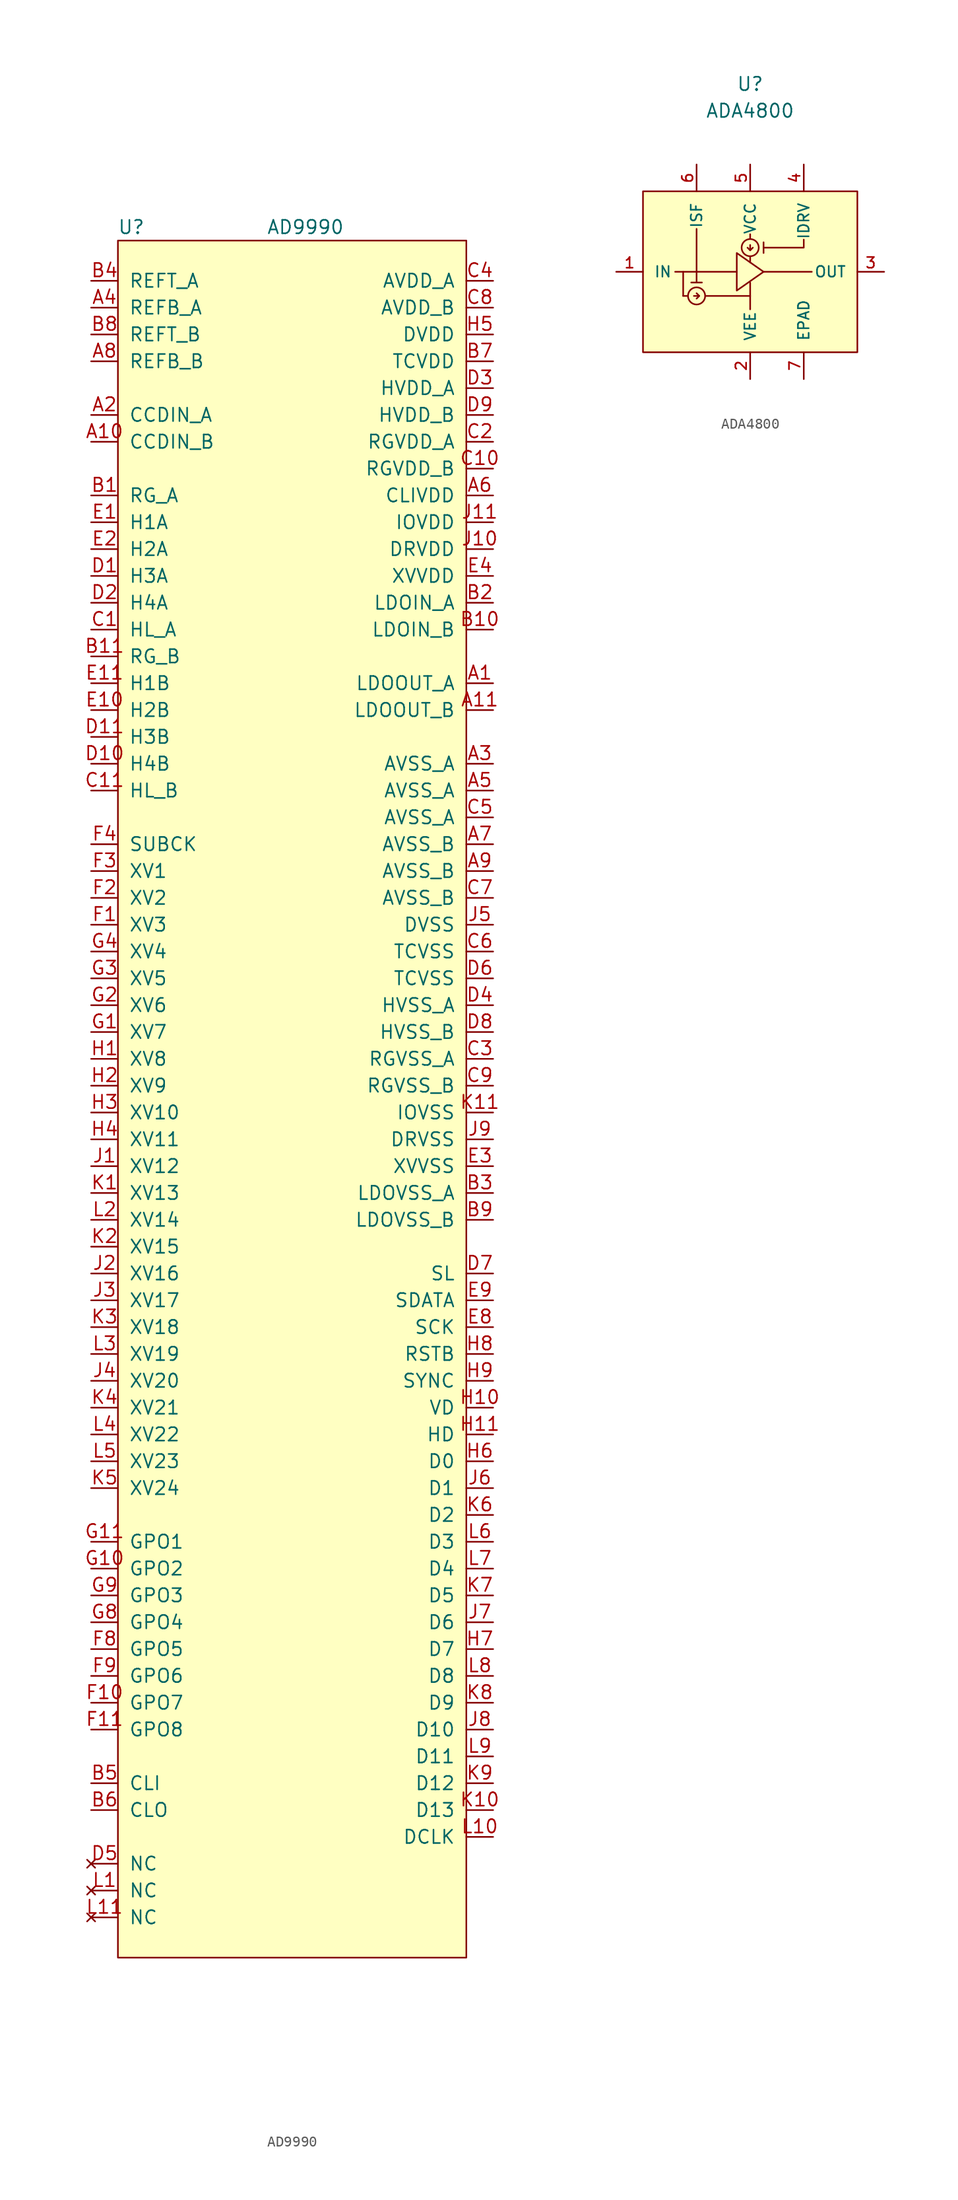
<source format=kicad_sym>
(kicad_symbol_lib
  (version 20210619)
  (generator kicad_symbol_editor)
  (symbol "Sitina:AD9990"
    (pin_names
      (offset 1.016))
    (property "Reference" "U"
      (at -13.97 40.64 0)
      (effects (font (size 1.27 1.27))))
    (property "Value" "AD9990"
      (at 2.54 40.64 0)
      (effects (font (size 1.27 1.27))))
    (symbol "AD9990_0_1"
      (rectangle (start -15.24 39.37) (end 17.78 -123.19) (stroke (width 0)) (fill (type background))))
    (symbol "AD9990_1_1"
      (pin power_out line (at 20.32 -2.54 180) (length 2.54) (name "LDOOUT_A" (effects (font (size 1.27 1.27)))) (number "A1" (effects (font (size 1.27 1.27)))))
      (pin input line (at -17.78 20.32 0) (length 2.54) (name "CCDIN_B" (effects (font (size 1.27 1.27)))) (number "A10" (effects (font (size 1.27 1.27)))))
      (pin power_out line (at 20.32 -5.08 180) (length 2.54) (name "LDOOUT_B" (effects (font (size 1.27 1.27)))) (number "A11" (effects (font (size 1.27 1.27)))))
      (pin input line (at -17.78 22.86 0) (length 2.54) (name "CCDIN_A" (effects (font (size 1.27 1.27)))) (number "A2" (effects (font (size 1.27 1.27)))))
      (pin power_in line (at 20.32 -10.16 180) (length 2.54) (name "AVSS_A" (effects (font (size 1.27 1.27)))) (number "A3" (effects (font (size 1.27 1.27)))))
      (pin output line (at -17.78 33.02 0) (length 2.54) (name "REFB_A" (effects (font (size 1.27 1.27)))) (number "A4" (effects (font (size 1.27 1.27)))))
      (pin power_in line (at 20.32 -12.7 180) (length 2.54) (name "AVSS_A" (effects (font (size 1.27 1.27)))) (number "A5" (effects (font (size 1.27 1.27)))))
      (pin power_in line (at 20.32 15.24 180) (length 2.54) (name "CLIVDD" (effects (font (size 1.27 1.27)))) (number "A6" (effects (font (size 1.27 1.27)))))
      (pin power_in line (at 20.32 -17.78 180) (length 2.54) (name "AVSS_B" (effects (font (size 1.27 1.27)))) (number "A7" (effects (font (size 1.27 1.27)))))
      (pin output line (at -17.78 27.94 0) (length 2.54) (name "REFB_B" (effects (font (size 1.27 1.27)))) (number "A8" (effects (font (size 1.27 1.27)))))
      (pin power_in line (at 20.32 -20.32 180) (length 2.54) (name "AVSS_B" (effects (font (size 1.27 1.27)))) (number "A9" (effects (font (size 1.27 1.27)))))
      (pin output line (at -17.78 15.24 0) (length 2.54) (name "RG_A" (effects (font (size 1.27 1.27)))) (number "B1" (effects (font (size 1.27 1.27)))))
      (pin power_in line (at 20.32 2.54 180) (length 2.54) (name "LDOIN_B" (effects (font (size 1.27 1.27)))) (number "B10" (effects (font (size 1.27 1.27)))))
      (pin output line (at -17.78 0 0) (length 2.54) (name "RG_B" (effects (font (size 1.27 1.27)))) (number "B11" (effects (font (size 1.27 1.27)))))
      (pin power_in line (at 20.32 5.08 180) (length 2.54) (name "LDOIN_A" (effects (font (size 1.27 1.27)))) (number "B2" (effects (font (size 1.27 1.27)))))
      (pin power_in line (at 20.32 -50.8 180) (length 2.54) (name "LDOVSS_A" (effects (font (size 1.27 1.27)))) (number "B3" (effects (font (size 1.27 1.27)))))
      (pin output line (at -17.78 35.56 0) (length 2.54) (name "REFT_A" (effects (font (size 1.27 1.27)))) (number "B4" (effects (font (size 1.27 1.27)))))
      (pin input line (at -17.78 -106.68 0) (length 2.54) (name "CLI" (effects (font (size 1.27 1.27)))) (number "B5" (effects (font (size 1.27 1.27)))))
      (pin output line (at -17.78 -109.22 0) (length 2.54) (name "CLO" (effects (font (size 1.27 1.27)))) (number "B6" (effects (font (size 1.27 1.27)))))
      (pin power_in line (at 20.32 27.94 180) (length 2.54) (name "TCVDD" (effects (font (size 1.27 1.27)))) (number "B7" (effects (font (size 1.27 1.27)))))
      (pin output line (at -17.78 30.48 0) (length 2.54) (name "REFT_B" (effects (font (size 1.27 1.27)))) (number "B8" (effects (font (size 1.27 1.27)))))
      (pin power_in line (at 20.32 -53.34 180) (length 2.54) (name "LDOVSS_B" (effects (font (size 1.27 1.27)))) (number "B9" (effects (font (size 1.27 1.27)))))
      (pin output line (at -17.78 2.54 0) (length 2.54) (name "HL_A" (effects (font (size 1.27 1.27)))) (number "C1" (effects (font (size 1.27 1.27)))))
      (pin power_in line (at 20.32 17.78 180) (length 2.54) (name "RGVDD_B" (effects (font (size 1.27 1.27)))) (number "C10" (effects (font (size 1.27 1.27)))))
      (pin output line (at -17.78 -12.7 0) (length 2.54) (name "HL_B" (effects (font (size 1.27 1.27)))) (number "C11" (effects (font (size 1.27 1.27)))))
      (pin power_in line (at 20.32 20.32 180) (length 2.54) (name "RGVDD_A" (effects (font (size 1.27 1.27)))) (number "C2" (effects (font (size 1.27 1.27)))))
      (pin power_in line (at 20.32 -38.1 180) (length 2.54) (name "RGVSS_A" (effects (font (size 1.27 1.27)))) (number "C3" (effects (font (size 1.27 1.27)))))
      (pin power_in line (at 20.32 35.56 180) (length 2.54) (name "AVDD_A" (effects (font (size 1.27 1.27)))) (number "C4" (effects (font (size 1.27 1.27)))))
      (pin power_in line (at 20.32 -15.24 180) (length 2.54) (name "AVSS_A" (effects (font (size 1.27 1.27)))) (number "C5" (effects (font (size 1.27 1.27)))))
      (pin power_in line (at 20.32 -27.94 180) (length 2.54) (name "TCVSS" (effects (font (size 1.27 1.27)))) (number "C6" (effects (font (size 1.27 1.27)))))
      (pin power_in line (at 20.32 -22.86 180) (length 2.54) (name "AVSS_B" (effects (font (size 1.27 1.27)))) (number "C7" (effects (font (size 1.27 1.27)))))
      (pin power_in line (at 20.32 33.02 180) (length 2.54) (name "AVDD_B" (effects (font (size 1.27 1.27)))) (number "C8" (effects (font (size 1.27 1.27)))))
      (pin power_in line (at 20.32 -40.64 180) (length 2.54) (name "RGVSS_B" (effects (font (size 1.27 1.27)))) (number "C9" (effects (font (size 1.27 1.27)))))
      (pin output line (at -17.78 7.62 0) (length 2.54) (name "H3A" (effects (font (size 1.27 1.27)))) (number "D1" (effects (font (size 1.27 1.27)))))
      (pin output line (at -17.78 -10.16 0) (length 2.54) (name "H4B" (effects (font (size 1.27 1.27)))) (number "D10" (effects (font (size 1.27 1.27)))))
      (pin output line (at -17.78 -7.62 0) (length 2.54) (name "H3B" (effects (font (size 1.27 1.27)))) (number "D11" (effects (font (size 1.27 1.27)))))
      (pin output line (at -17.78 5.08 0) (length 2.54) (name "H4A" (effects (font (size 1.27 1.27)))) (number "D2" (effects (font (size 1.27 1.27)))))
      (pin power_in line (at 20.32 25.4 180) (length 2.54) (name "HVDD_A" (effects (font (size 1.27 1.27)))) (number "D3" (effects (font (size 1.27 1.27)))))
      (pin power_in line (at 20.32 -33.02 180) (length 2.54) (name "HVSS_A" (effects (font (size 1.27 1.27)))) (number "D4" (effects (font (size 1.27 1.27)))))
      (pin no_connect line (at -17.78 -114.3 0) (length 2.54) (name "NC" (effects (font (size 1.27 1.27)))) (number "D5" (effects (font (size 1.27 1.27)))))
      (pin power_in line (at 20.32 -30.48 180) (length 2.54) (name "TCVSS" (effects (font (size 1.27 1.27)))) (number "D6" (effects (font (size 1.27 1.27)))))
      (pin input line (at 20.32 -58.42 180) (length 2.54) (name "SL" (effects (font (size 1.27 1.27)))) (number "D7" (effects (font (size 1.27 1.27)))))
      (pin power_in line (at 20.32 -35.56 180) (length 2.54) (name "HVSS_B" (effects (font (size 1.27 1.27)))) (number "D8" (effects (font (size 1.27 1.27)))))
      (pin power_in line (at 20.32 22.86 180) (length 2.54) (name "HVDD_B" (effects (font (size 1.27 1.27)))) (number "D9" (effects (font (size 1.27 1.27)))))
      (pin output line (at -17.78 12.7 0) (length 2.54) (name "H1A" (effects (font (size 1.27 1.27)))) (number "E1" (effects (font (size 1.27 1.27)))))
      (pin output line (at -17.78 -5.08 0) (length 2.54) (name "H2B" (effects (font (size 1.27 1.27)))) (number "E10" (effects (font (size 1.27 1.27)))))
      (pin output line (at -17.78 -2.54 0) (length 2.54) (name "H1B" (effects (font (size 1.27 1.27)))) (number "E11" (effects (font (size 1.27 1.27)))))
      (pin output line (at -17.78 10.16 0) (length 2.54) (name "H2A" (effects (font (size 1.27 1.27)))) (number "E2" (effects (font (size 1.27 1.27)))))
      (pin power_in line (at 20.32 -48.26 180) (length 2.54) (name "XVVSS" (effects (font (size 1.27 1.27)))) (number "E3" (effects (font (size 1.27 1.27)))))
      (pin power_in line (at 20.32 7.62 180) (length 2.54) (name "XVVDD" (effects (font (size 1.27 1.27)))) (number "E4" (effects (font (size 1.27 1.27)))))
      (pin input line (at 20.32 -63.5 180) (length 2.54) (name "SCK" (effects (font (size 1.27 1.27)))) (number "E8" (effects (font (size 1.27 1.27)))))
      (pin input line (at 20.32 -60.96 180) (length 2.54) (name "SDATA" (effects (font (size 1.27 1.27)))) (number "E9" (effects (font (size 1.27 1.27)))))
      (pin output line (at -17.78 -25.4 0) (length 2.54) (name "XV3" (effects (font (size 1.27 1.27)))) (number "F1" (effects (font (size 1.27 1.27)))))
      (pin output line (at -17.78 -99.06 0) (length 2.54) (name "GPO7" (effects (font (size 1.27 1.27)))) (number "F10" (effects (font (size 1.27 1.27)))))
      (pin output line (at -17.78 -101.6 0) (length 2.54) (name "GPO8" (effects (font (size 1.27 1.27)))) (number "F11" (effects (font (size 1.27 1.27)))))
      (pin output line (at -17.78 -22.86 0) (length 2.54) (name "XV2" (effects (font (size 1.27 1.27)))) (number "F2" (effects (font (size 1.27 1.27)))))
      (pin output line (at -17.78 -20.32 0) (length 2.54) (name "XV1" (effects (font (size 1.27 1.27)))) (number "F3" (effects (font (size 1.27 1.27)))))
      (pin output line (at -17.78 -17.78 0) (length 2.54) (name "SUBCK" (effects (font (size 1.27 1.27)))) (number "F4" (effects (font (size 1.27 1.27)))))
      (pin output line (at -17.78 -93.98 0) (length 2.54) (name "GPO5" (effects (font (size 1.27 1.27)))) (number "F8" (effects (font (size 1.27 1.27)))))
      (pin output line (at -17.78 -96.52 0) (length 2.54) (name "GPO6" (effects (font (size 1.27 1.27)))) (number "F9" (effects (font (size 1.27 1.27)))))
      (pin output line (at -17.78 -35.56 0) (length 2.54) (name "XV7" (effects (font (size 1.27 1.27)))) (number "G1" (effects (font (size 1.27 1.27)))))
      (pin output line (at -17.78 -86.36 0) (length 2.54) (name "GPO2" (effects (font (size 1.27 1.27)))) (number "G10" (effects (font (size 1.27 1.27)))))
      (pin output line (at -17.78 -83.82 0) (length 2.54) (name "GPO1" (effects (font (size 1.27 1.27)))) (number "G11" (effects (font (size 1.27 1.27)))))
      (pin output line (at -17.78 -33.02 0) (length 2.54) (name "XV6" (effects (font (size 1.27 1.27)))) (number "G2" (effects (font (size 1.27 1.27)))))
      (pin output line (at -17.78 -30.48 0) (length 2.54) (name "XV5" (effects (font (size 1.27 1.27)))) (number "G3" (effects (font (size 1.27 1.27)))))
      (pin output line (at -17.78 -27.94 0) (length 2.54) (name "XV4" (effects (font (size 1.27 1.27)))) (number "G4" (effects (font (size 1.27 1.27)))))
      (pin output line (at -17.78 -91.44 0) (length 2.54) (name "GPO4" (effects (font (size 1.27 1.27)))) (number "G8" (effects (font (size 1.27 1.27)))))
      (pin output line (at -17.78 -88.9 0) (length 2.54) (name "GPO3" (effects (font (size 1.27 1.27)))) (number "G9" (effects (font (size 1.27 1.27)))))
      (pin output line (at -17.78 -38.1 0) (length 2.54) (name "XV8" (effects (font (size 1.27 1.27)))) (number "H1" (effects (font (size 1.27 1.27)))))
      (pin output line (at 20.32 -71.12 180) (length 2.54) (name "VD" (effects (font (size 1.27 1.27)))) (number "H10" (effects (font (size 1.27 1.27)))))
      (pin output line (at 20.32 -73.66 180) (length 2.54) (name "HD" (effects (font (size 1.27 1.27)))) (number "H11" (effects (font (size 1.27 1.27)))))
      (pin output line (at -17.78 -40.64 0) (length 2.54) (name "XV9" (effects (font (size 1.27 1.27)))) (number "H2" (effects (font (size 1.27 1.27)))))
      (pin output line (at -17.78 -43.18 0) (length 2.54) (name "XV10" (effects (font (size 1.27 1.27)))) (number "H3" (effects (font (size 1.27 1.27)))))
      (pin output line (at -17.78 -45.72 0) (length 2.54) (name "XV11" (effects (font (size 1.27 1.27)))) (number "H4" (effects (font (size 1.27 1.27)))))
      (pin power_in line (at 20.32 30.48 180) (length 2.54) (name "DVDD" (effects (font (size 1.27 1.27)))) (number "H5" (effects (font (size 1.27 1.27)))))
      (pin output line (at 20.32 -76.2 180) (length 2.54) (name "D0" (effects (font (size 1.27 1.27)))) (number "H6" (effects (font (size 1.27 1.27)))))
      (pin output line (at 20.32 -93.98 180) (length 2.54) (name "D7" (effects (font (size 1.27 1.27)))) (number "H7" (effects (font (size 1.27 1.27)))))
      (pin input line (at 20.32 -66.04 180) (length 2.54) (name "RSTB" (effects (font (size 1.27 1.27)))) (number "H8" (effects (font (size 1.27 1.27)))))
      (pin input line (at 20.32 -68.58 180) (length 2.54) (name "SYNC" (effects (font (size 1.27 1.27)))) (number "H9" (effects (font (size 1.27 1.27)))))
      (pin output line (at -17.78 -48.26 0) (length 2.54) (name "XV12" (effects (font (size 1.27 1.27)))) (number "J1" (effects (font (size 1.27 1.27)))))
      (pin power_in line (at 20.32 10.16 180) (length 2.54) (name "DRVDD" (effects (font (size 1.27 1.27)))) (number "J10" (effects (font (size 1.27 1.27)))))
      (pin power_in line (at 20.32 12.7 180) (length 2.54) (name "IOVDD" (effects (font (size 1.27 1.27)))) (number "J11" (effects (font (size 1.27 1.27)))))
      (pin output line (at -17.78 -58.42 0) (length 2.54) (name "XV16" (effects (font (size 1.27 1.27)))) (number "J2" (effects (font (size 1.27 1.27)))))
      (pin output line (at -17.78 -60.96 0) (length 2.54) (name "XV17" (effects (font (size 1.27 1.27)))) (number "J3" (effects (font (size 1.27 1.27)))))
      (pin output line (at -17.78 -68.58 0) (length 2.54) (name "XV20" (effects (font (size 1.27 1.27)))) (number "J4" (effects (font (size 1.27 1.27)))))
      (pin power_in line (at 20.32 -25.4 180) (length 2.54) (name "DVSS" (effects (font (size 1.27 1.27)))) (number "J5" (effects (font (size 1.27 1.27)))))
      (pin output line (at 20.32 -78.74 180) (length 2.54) (name "D1" (effects (font (size 1.27 1.27)))) (number "J6" (effects (font (size 1.27 1.27)))))
      (pin output line (at 20.32 -91.44 180) (length 2.54) (name "D6" (effects (font (size 1.27 1.27)))) (number "J7" (effects (font (size 1.27 1.27)))))
      (pin output line (at 20.32 -101.6 180) (length 2.54) (name "D10" (effects (font (size 1.27 1.27)))) (number "J8" (effects (font (size 1.27 1.27)))))
      (pin power_in line (at 20.32 -45.72 180) (length 2.54) (name "DRVSS" (effects (font (size 1.27 1.27)))) (number "J9" (effects (font (size 1.27 1.27)))))
      (pin output line (at -17.78 -50.8 0) (length 2.54) (name "XV13" (effects (font (size 1.27 1.27)))) (number "K1" (effects (font (size 1.27 1.27)))))
      (pin output line (at 20.32 -109.22 180) (length 2.54) (name "D13" (effects (font (size 1.27 1.27)))) (number "K10" (effects (font (size 1.27 1.27)))))
      (pin power_in line (at 20.32 -43.18 180) (length 2.54) (name "IOVSS" (effects (font (size 1.27 1.27)))) (number "K11" (effects (font (size 1.27 1.27)))))
      (pin output line (at -17.78 -55.88 0) (length 2.54) (name "XV15" (effects (font (size 1.27 1.27)))) (number "K2" (effects (font (size 1.27 1.27)))))
      (pin output line (at -17.78 -63.5 0) (length 2.54) (name "XV18" (effects (font (size 1.27 1.27)))) (number "K3" (effects (font (size 1.27 1.27)))))
      (pin output line (at -17.78 -71.12 0) (length 2.54) (name "XV21" (effects (font (size 1.27 1.27)))) (number "K4" (effects (font (size 1.27 1.27)))))
      (pin output line (at -17.78 -78.74 0) (length 2.54) (name "XV24" (effects (font (size 1.27 1.27)))) (number "K5" (effects (font (size 1.27 1.27)))))
      (pin output line (at 20.32 -81.28 180) (length 2.54) (name "D2" (effects (font (size 1.27 1.27)))) (number "K6" (effects (font (size 1.27 1.27)))))
      (pin output line (at 20.32 -88.9 180) (length 2.54) (name "D5" (effects (font (size 1.27 1.27)))) (number "K7" (effects (font (size 1.27 1.27)))))
      (pin output line (at 20.32 -99.06 180) (length 2.54) (name "D9" (effects (font (size 1.27 1.27)))) (number "K8" (effects (font (size 1.27 1.27)))))
      (pin output line (at 20.32 -106.68 180) (length 2.54) (name "D12" (effects (font (size 1.27 1.27)))) (number "K9" (effects (font (size 1.27 1.27)))))
      (pin no_connect line (at -17.78 -116.84 0) (length 2.54) (name "NC" (effects (font (size 1.27 1.27)))) (number "L1" (effects (font (size 1.27 1.27)))))
      (pin output line (at 20.32 -111.76 180) (length 2.54) (name "DCLK" (effects (font (size 1.27 1.27)))) (number "L10" (effects (font (size 1.27 1.27)))))
      (pin no_connect line (at -17.78 -119.38 0) (length 2.54) (name "NC" (effects (font (size 1.27 1.27)))) (number "L11" (effects (font (size 1.27 1.27)))))
      (pin output line (at -17.78 -53.34 0) (length 2.54) (name "XV14" (effects (font (size 1.27 1.27)))) (number "L2" (effects (font (size 1.27 1.27)))))
      (pin output line (at -17.78 -66.04 0) (length 2.54) (name "XV19" (effects (font (size 1.27 1.27)))) (number "L3" (effects (font (size 1.27 1.27)))))
      (pin output line (at -17.78 -73.66 0) (length 2.54) (name "XV22" (effects (font (size 1.27 1.27)))) (number "L4" (effects (font (size 1.27 1.27)))))
      (pin output line (at -17.78 -76.2 0) (length 2.54) (name "XV23" (effects (font (size 1.27 1.27)))) (number "L5" (effects (font (size 1.27 1.27)))))
      (pin output line (at 20.32 -83.82 180) (length 2.54) (name "D3" (effects (font (size 1.27 1.27)))) (number "L6" (effects (font (size 1.27 1.27)))))
      (pin output line (at 20.32 -86.36 180) (length 2.54) (name "D4" (effects (font (size 1.27 1.27)))) (number "L7" (effects (font (size 1.27 1.27)))))
      (pin output line (at 20.32 -96.52 180) (length 2.54) (name "D8" (effects (font (size 1.27 1.27)))) (number "L8" (effects (font (size 1.27 1.27)))))
      (pin output line (at 20.32 -104.14 180) (length 2.54) (name "D11" (effects (font (size 1.27 1.27)))) (number "L9" (effects (font (size 1.27 1.27)))))))
  (symbol "Sitina:ADA4800"
    (pin_names
      (offset 1.016))
    (property "Reference" "U"
      (at 0 0 0)
      (effects (font (size 1.27 1.27))))
    (property "Value" "ADA4800"
      (at 0 -2.54 0)
      (effects (font (size 1.27 1.27))))
    (symbol "ADA4800_0_1"
      (circle (center 0 -15.494) (radius 0.813) (stroke (width 0)) (fill (type none)))
      (rectangle (start -10.16 -10.16) (end 10.16 -25.4) (stroke (width 0)) (fill (type background)))
      (polyline (pts (xy -7.112 -17.78) (xy -1.27 -17.78)) (stroke (width 0)) (fill (type none)))
      (polyline (pts (xy -6.35 -20.066) (xy -6.35 -17.78)) (stroke (width 0)) (fill (type none)))
      (polyline (pts (xy -6.35 -20.066) (xy -5.969 -20.066)) (stroke (width 0)) (fill (type none)))
      (polyline (pts (xy -5.588 -18.796) (xy -4.572 -18.796)) (stroke (width 0)) (fill (type none)))
      (polyline (pts (xy -5.08 -13.716) (xy -5.08 -18.796)) (stroke (width 0)) (fill (type none)))
      (polyline (pts (xy -4.191 -20.066) (xy 0 -20.066)) (stroke (width 0)) (fill (type none)))
      (polyline (pts (xy 0 -21.336) (xy 0 -18.796)) (stroke (width 0)) (fill (type none)))
      (polyline (pts (xy 0 -16.383) (xy 0 -16.891)) (stroke (width 0)) (fill (type none)))
      (polyline (pts (xy 0 -15.24) (xy 0 -15.748)) (stroke (width 0)) (fill (type none)))
      (polyline (pts (xy 0 -14.605) (xy 0 -14.224)) (stroke (width 0)) (fill (type none)))
      (polyline (pts (xy 1.27 -17.78) (xy 5.842 -17.78)) (stroke (width 0)) (fill (type none)))
      (polyline (pts (xy 1.27 -14.986) (xy 1.27 -16.002)) (stroke (width 0)) (fill (type none)))
      (polyline (pts (xy -0.254 -15.494) (xy 0 -15.748) (xy 0.254 -15.494)) (stroke (width 0)) (fill (type none)))
      (polyline (pts (xy 1.27 -15.494) (xy 5.08 -15.494) (xy 5.08 -14.732)) (stroke (width 0)) (fill (type none)))
      (polyline (pts (xy -1.27 -19.558) (xy 1.27 -17.78) (xy -1.27 -16.002) (xy -1.27 -19.558)) (stroke (width 0)) (fill (type none))))
    (symbol "ADA4800_1_1"
      (circle (center -5.08 -20.066) (radius 0.813) (stroke (width 0)) (fill (type none)))
      (polyline (pts (xy -5.334 -20.066) (xy -4.826 -20.066)) (stroke (width 0)) (fill (type none)))
      (polyline (pts (xy -5.08 -20.32) (xy -4.826 -20.066) (xy -5.08 -19.812)) (stroke (width 0)) (fill (type none)))
      (pin power_in line (at -12.7 -17.78 0) (length 2.54) (name "IN" (effects (font (size 1.016 1.016)))) (number "1" (effects (font (size 1.016 1.016)))))
      (pin output line (at 0 -27.94 90) (length 2.54) (name "VEE" (effects (font (size 1.016 1.016)))) (number "2" (effects (font (size 1.016 1.016)))))
      (pin output line (at 12.7 -17.78 180) (length 2.54) (name "OUT" (effects (font (size 1.016 1.016)))) (number "3" (effects (font (size 1.016 1.016)))))
      (pin input line (at 5.08 -7.62 270) (length 2.54) (name "IDRV" (effects (font (size 1.016 1.016)))) (number "4" (effects (font (size 1.016 1.016)))))
      (pin input line (at 0 -7.62 270) (length 2.54) (name "VCC" (effects (font (size 1.016 1.016)))) (number "5" (effects (font (size 1.016 1.016)))))
      (pin input line (at -5.08 -7.62 270) (length 2.54) (name "ISF" (effects (font (size 1.016 1.016)))) (number "6" (effects (font (size 1.016 1.016)))))
      (pin output line (at 5.08 -27.94 90) (length 2.54) (name "EPAD" (effects (font (size 1.016 1.016)))) (number "7" (effects (font (size 1.016 1.016))))))))
</source>
